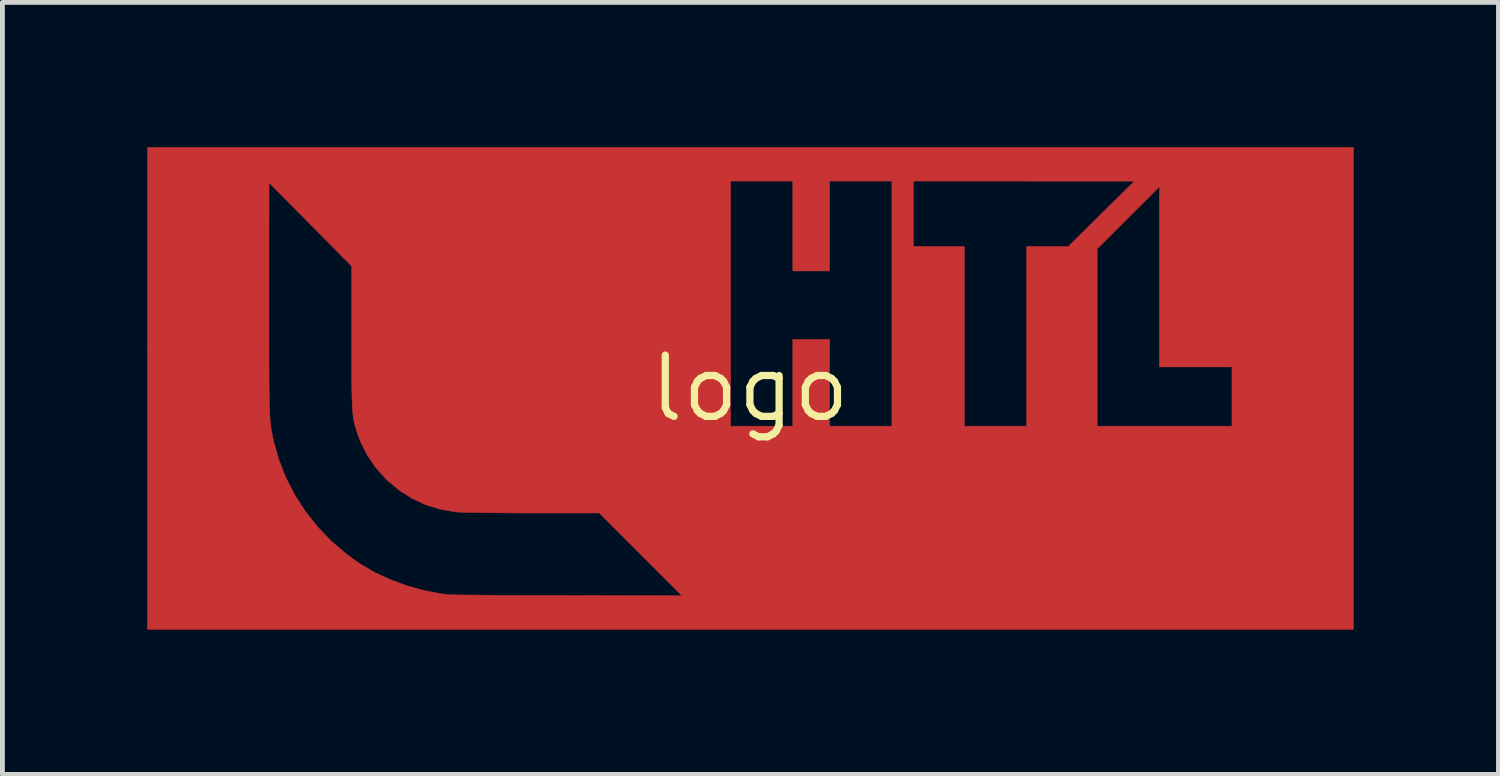
<source format=kicad_pcb>
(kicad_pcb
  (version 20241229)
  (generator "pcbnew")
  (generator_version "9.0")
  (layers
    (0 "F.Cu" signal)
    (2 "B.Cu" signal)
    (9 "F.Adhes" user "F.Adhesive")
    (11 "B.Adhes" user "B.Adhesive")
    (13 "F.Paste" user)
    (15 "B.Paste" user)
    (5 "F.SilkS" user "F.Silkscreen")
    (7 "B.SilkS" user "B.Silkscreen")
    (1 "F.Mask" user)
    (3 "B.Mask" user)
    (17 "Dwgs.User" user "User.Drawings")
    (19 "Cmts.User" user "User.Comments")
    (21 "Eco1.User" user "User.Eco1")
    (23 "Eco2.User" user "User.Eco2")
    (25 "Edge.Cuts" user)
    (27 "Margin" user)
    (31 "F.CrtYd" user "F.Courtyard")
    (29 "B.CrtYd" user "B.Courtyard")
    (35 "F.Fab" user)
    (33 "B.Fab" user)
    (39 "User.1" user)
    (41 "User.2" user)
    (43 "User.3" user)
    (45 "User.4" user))
  (footprint "logo"
    (layer "F.Cu")
    (at 12.493 5)
    (property "Reference" "logo" (at 0 0 0) (layer "F.SilkS") (effects (font (size 1.27 1.27) (thickness 0.15))))
    (attr through_hole)
    (fp_poly (pts (xy 12.509 4.995) (xy -12.488 4.995) (xy -12.488 -1.152) (xy -9.968 -1.152) (xy -9.968 -0.848) (xy -9.968 -0.578) (xy -9.967 -0.341) (xy -9.966 -0.133) (xy -9.964 0.049) (xy -9.962 0.206) (xy -9.958 0.343) (xy -9.955 0.46) (xy -9.95 0.561) (xy -9.944 0.648) (xy -9.937 0.725) (xy -9.93 0.793) (xy -9.921 0.855) (xy -9.91 0.915) (xy -9.898 0.974) (xy -9.885 1.034) (xy -9.874 1.087) (xy -9.765 1.476) (xy -9.617 1.852) (xy -9.431 2.212) (xy -9.211 2.554) (xy -8.957 2.874) (xy -8.672 3.17) (xy -8.357 3.439) (xy -8.075 3.64) (xy -7.781 3.812) (xy -7.458 3.962) (xy -7.117 4.088) (xy -6.766 4.187) (xy -6.416 4.254) (xy -6.265 4.273) (xy -6.22 4.275) (xy -6.136 4.278) (xy -6.015 4.28) (xy -5.86 4.282) (xy -5.676 4.284) (xy -5.463 4.286) (xy -5.227 4.288) (xy -4.969 4.29) (xy -4.692 4.291) (xy -4.4 4.292) (xy -4.095 4.293) (xy -3.781 4.294) (xy -3.747 4.294) (xy -1.408 4.297) (xy -2.265 3.44) (xy -3.123 2.582) (xy -4.509 2.582) (xy -4.754 2.582) (xy -4.991 2.581) (xy -5.216 2.579) (xy -5.425 2.577) (xy -5.614 2.575) (xy -5.778 2.572) (xy -5.914 2.569) (xy -6.017 2.565) (xy -6.082 2.562) (xy -6.093 2.561) (xy -6.41 2.507) (xy -6.713 2.414) (xy -6.998 2.283) (xy -7.264 2.115) (xy -7.508 1.912) (xy -7.548 1.874) (xy -7.76 1.635) (xy -7.935 1.376) (xy -8.074 1.096) (xy -8.136 0.93) (xy -8.158 0.863) (xy -8.177 0.801) (xy -8.194 0.739) (xy -8.208 0.675) (xy -8.219 0.605) (xy -8.229 0.525) (xy -8.236 0.433) (xy -8.242 0.324) (xy -8.247 0.196) (xy -8.25 0.044) (xy -8.253 -0.133) (xy -8.254 -0.341) (xy -8.255 -0.582) (xy -8.255 -0.859) (xy -8.255 -1.069) (xy -8.255 -2.534) (xy -9.111 -3.399) (xy -9.967 -4.265) (xy -9.968 -1.873) (xy -9.968 -1.493) (xy -9.968 -1.152) (xy -12.488 -1.152) (xy -12.488 -4.297) (xy -0.402 -4.297) (xy -0.402 0.783) (xy 0.889 0.783) (xy 0.889 -1.016) (xy 1.651 -1.016) (xy 1.651 0.783) (xy 2.942 0.783) (xy 2.942 -2.942) (xy 3.387 -2.942) (xy 4.445 -2.942) (xy 4.445 0.783) (xy 5.736 0.783) (xy 5.736 -2.89) (xy 7.197 -2.89) (xy 7.197 0.783) (xy 9.991 0.783) (xy 9.991 -0.445) (xy 8.488 -0.445) (xy 8.488 -4.18) (xy 7.842 -3.535) (xy 7.197 -2.89) (xy 5.736 -2.89) (xy 5.736 -2.942) (xy 6.598 -2.942) (xy 7.969 -4.295) (xy 5.678 -4.296) (xy 3.387 -4.297) (xy 3.387 -2.942) (xy 2.942 -2.942) (xy 2.942 -4.297) (xy 1.651 -4.297) (xy 1.651 -2.434) (xy 0.889 -2.434) (xy 0.889 -4.297) (xy -0.402 -4.297) (xy -12.488 -4.297) (xy -12.488 -4.995) (xy 12.509 -4.995) (xy 12.509 4.995)) (stroke (width 0.01) (type solid)) (fill yes) (layer "F.Cu"))
    (fp_poly (pts (xy 12.509 4.995) (xy -12.488 4.995) (xy -12.488 -4.276) (xy -9.97 -4.276) (xy -9.969 -1.879) (xy -9.969 -1.497) (xy -9.969 -1.156) (xy -9.969 -0.852) (xy -9.968 -0.582) (xy -9.967 -0.344) (xy -9.966 -0.135) (xy -9.964 0.047) (xy -9.962 0.205) (xy -9.959 0.341) (xy -9.955 0.459) (xy -9.95 0.56) (xy -9.944 0.648) (xy -9.937 0.724) (xy -9.93 0.793) (xy -9.921 0.855) (xy -9.91 0.914) (xy -9.899 0.973) (xy -9.885 1.034) (xy -9.874 1.087) (xy -9.765 1.476) (xy -9.617 1.852) (xy -9.431 2.212) (xy -9.211 2.554) (xy -8.957 2.874) (xy -8.672 3.17) (xy -8.357 3.439) (xy -8.075 3.64) (xy -7.781 3.812) (xy -7.458 3.962) (xy -7.117 4.088) (xy -6.766 4.187) (xy -6.416 4.254) (xy -6.265 4.273) (xy -6.22 4.275) (xy -6.136 4.278) (xy -6.015 4.28) (xy -5.86 4.282) (xy -5.676 4.285) (xy -5.464 4.287) (xy -5.227 4.288) (xy -4.969 4.29) (xy -4.692 4.291) (xy -4.4 4.293) (xy -4.095 4.293) (xy -3.78 4.294) (xy -3.741 4.294) (xy -1.397 4.297) (xy -1.397 1.185) (xy -0.3 1.185) (xy -0.288 1.244) (xy -0.283 1.274) (xy -0.273 1.343) (xy -0.258 1.446) (xy -0.238 1.581) (xy -0.215 1.743) (xy -0.188 1.929) (xy -0.159 2.136) (xy -0.127 2.359) (xy -0.093 2.596) (xy -0.074 2.731) (xy -0.04 2.973) (xy -0.007 3.204) (xy 0.024 3.42) (xy 0.052 3.618) (xy 0.078 3.794) (xy 0.099 3.944) (xy 0.117 4.065) (xy 0.13 4.154) (xy 0.138 4.206) (xy 0.14 4.217) (xy 0.152 4.276) (xy 0.764 4.276) (xy 0.92 4.275) (xy 1.061 4.274) (xy 1.182 4.271) (xy 1.279 4.268) (xy 1.344 4.265) (xy 1.374 4.261) (xy 1.375 4.26) (xy 1.379 4.234) (xy 1.388 4.171) (xy 1.403 4.079) (xy 1.422 3.961) (xy 1.445 3.825) (xy 1.47 3.675) (xy 1.496 3.518) (xy 1.523 3.359) (xy 1.55 3.203) (xy 1.575 3.057) (xy 1.597 2.926) (xy 1.617 2.816) (xy 1.632 2.732) (xy 1.642 2.681) (xy 1.645 2.667) (xy 1.652 2.676) (xy 1.663 2.722) (xy 1.679 2.798) (xy 1.698 2.898) (xy 1.717 3.016) (xy 1.717 3.016) (xy 1.737 3.134) (xy 1.761 3.269) (xy 1.787 3.415) (xy 1.815 3.566) (xy 1.844 3.716) (xy 1.872 3.86) (xy 1.899 3.99) (xy 1.922 4.101) (xy 1.941 4.187) (xy 1.955 4.242) (xy 1.96 4.259) (xy 1.983 4.263) (xy 2.043 4.267) (xy 2.135 4.27) (xy 2.253 4.273) (xy 2.391 4.275) (xy 2.545 4.276) (xy 2.58 4.276) (xy 3.189 4.276) (xy 3.405 2.757) (xy 3.44 2.508) (xy 3.474 2.271) (xy 3.505 2.049) (xy 3.534 1.846) (xy 3.559 1.666) (xy 3.58 1.51) (xy 3.598 1.384) (xy 3.61 1.29) (xy 3.618 1.231) (xy 3.62 1.211) (xy 3.611 1.202) (xy 3.582 1.196) (xy 3.528 1.191) (xy 3.445 1.189) (xy 3.329 1.189) (xy 3.176 1.19) (xy 3.149 1.19) (xy 2.678 1.196) (xy 2.63 1.492) (xy 2.582 1.807) (xy 2.536 2.146) (xy 2.493 2.491) (xy 2.457 2.826) (xy 2.442 2.982) (xy 2.429 3.108) (xy 2.417 3.213) (xy 2.406 3.293) (xy 2.397 3.341) (xy 2.39 3.354) (xy 2.389 3.352) (xy 2.384 3.322) (xy 2.375 3.256) (xy 2.364 3.157) (xy 2.351 3.031) (xy 2.336 2.884) (xy 2.32 2.721) (xy 2.307 2.582) (xy 2.29 2.393) (xy 2.272 2.2) (xy 2.254 2.014) (xy 2.237 1.841) (xy 2.222 1.69) (xy 2.21 1.57) (xy 2.205 1.524) (xy 2.17 1.196) (xy 1.217 1.185) (xy 4.106 1.185) (xy 4.106 4.276) (xy 5.863 4.276) (xy 5.863 3.683) (xy 5.079 3.683) (xy 5.085 3.328) (xy 5.091 2.974) (xy 5.477 2.968) (xy 5.863 2.962) (xy 5.863 2.392) (xy 5.079 2.392) (xy 5.085 2.09) (xy 5.091 1.789) (xy 5.863 1.777) (xy 5.863 1.185) (xy 6.477 1.185) (xy 6.477 4.276) (xy 7.451 4.276) (xy 7.938 4.276) (xy 9.842 4.276) (xy 9.842 3.684) (xy 9.42 3.678) (xy 8.997 3.672) (xy 9.42 2.741) (xy 9.842 1.81) (xy 9.842 1.498) (xy 9.842 1.185) (xy 8.001 1.185) (xy 8.001 1.778) (xy 8.391 1.778) (xy 8.515 1.779) (xy 8.624 1.781) (xy 8.711 1.785) (xy 8.768 1.789) (xy 8.79 1.794) (xy 8.784 1.816) (xy 8.762 1.873) (xy 8.727 1.962) (xy 8.679 2.078) (xy 8.621 2.219) (xy 8.554 2.38) (xy 8.479 2.557) (xy 8.398 2.748) (xy 8.369 2.815) (xy 7.939 3.821) (xy 7.938 4.048) (xy 7.938 4.276) (xy 7.451 4.276) (xy 7.451 1.185) (xy 6.477 1.185) (xy 5.863 1.185) (xy 4.106 1.185) (xy 1.217 1.185) (xy 1.151 1.185) (xy 1.093 1.55) (xy 1.047 1.85) (xy 1.006 2.14) (xy 0.97 2.412) (xy 0.94 2.66) (xy 0.917 2.877) (xy 0.909 2.974) (xy 0.895 3.121) (xy 0.884 3.226) (xy 0.873 3.29) (xy 0.864 3.314) (xy 0.856 3.297) (xy 0.852 3.27) (xy 0.848 3.228) (xy 0.84 3.151) (xy 0.829 3.044) (xy 0.816 2.912) (xy 0.802 2.761) (xy 0.786 2.594) (xy 0.769 2.418) (xy 0.751 2.236) (xy 0.734 2.056) (xy 0.717 1.88) (xy 0.702 1.715) (xy 0.688 1.565) (xy 0.676 1.436) (xy 0.666 1.332) (xy 0.659 1.259) (xy 0.656 1.221) (xy 0.656 1.217) (xy 0.651 1.207) (xy 0.633 1.199) (xy 0.597 1.193) (xy 0.539 1.189) (xy 0.452 1.187) (xy 0.333 1.186) (xy 0.178 1.185) (xy -0.3 1.185) (xy -1.397 1.185) (xy -1.397 -3.101) (xy -2.265 -2.233) (xy -3.133 -1.365) (xy -3.133 2.582) (xy -4.514 2.582) (xy -4.758 2.582) (xy -4.995 2.581) (xy -5.22 2.579) (xy -5.428 2.577) (xy -5.617 2.575) (xy -5.781 2.572) (xy -5.916 2.569) (xy -6.018 2.565) (xy -6.083 2.562) (xy -6.093 2.561) (xy -6.41 2.507) (xy -6.713 2.414) (xy -6.998 2.283) (xy -7.264 2.115) (xy -7.508 1.912) (xy -7.548 1.874) (xy -7.76 1.635) (xy -7.935 1.376) (xy -8.074 1.096) (xy -8.136 0.93) (xy -8.158 0.863) (xy -8.177 0.801) (xy -8.193 0.74) (xy -8.207 0.676) (xy -8.219 0.606) (xy -8.228 0.527) (xy -8.236 0.435) (xy -8.242 0.327) (xy -8.247 0.2) (xy -8.25 0.049) (xy -8.252 -0.127) (xy -8.254 -0.334) (xy -8.255 -0.573) (xy -8.255 -0.848) (xy -8.255 -1.082) (xy -8.255 -2.561) (xy -5.558 -2.561) (xy -5.684 -2.429) (xy -5.728 -2.383) (xy -5.799 -2.311) (xy -5.89 -2.218) (xy -5.997 -2.108) (xy -6.117 -1.987) (xy -6.244 -1.858) (xy -6.35 -1.751) (xy -6.89 -1.206) (xy -6.292 -0.609) (xy -5.694 -0.011) (xy -1.429 -4.276) (xy -9.97 -4.276) (xy -12.488 -4.276) (xy -12.488 -4.297) (xy -0.402 -4.297) (xy -0.402 0.783) (xy 0.889 0.783) (xy 0.889 -1.016) (xy 1.651 -1.016) (xy 1.651 0.783) (xy 2.942 0.783) (xy 2.942 -2.942) (xy 3.387 -2.942) (xy 4.445 -2.942) (xy 4.445 0.783) (xy 5.736 0.783) (xy 5.736 -2.89) (xy 7.197 -2.89) (xy 7.197 0.783) (xy 9.991 0.783) (xy 9.991 -0.445) (xy 8.488 -0.445) (xy 8.488 -4.18) (xy 7.842 -3.535) (xy 7.197 -2.89) (xy 5.736 -2.89) (xy 5.736 -2.942) (xy 6.598 -2.942) (xy 7.969 -4.295) (xy 5.678 -4.296) (xy 3.387 -4.297) (xy 3.387 -2.942) (xy 2.942 -2.942) (xy 2.942 -4.297) (xy 1.651 -4.297) (xy 1.651 -2.434) (xy 0.889 -2.434) (xy 0.889 -4.297) (xy -0.402 -4.297) (xy -12.488 -4.297) (xy -12.488 -4.995) (xy 12.509 -4.995) (xy 12.509 4.995)) (stroke (width 0.01) (type solid)) (fill yes) (layer "F.Mask")))
  (gr_rect
    (start -3 -3)
    (end 28.008 13.001)
    (stroke (width 0.1) (type default))
    (fill no)
    (layer "Edge.Cuts")))
</source>
